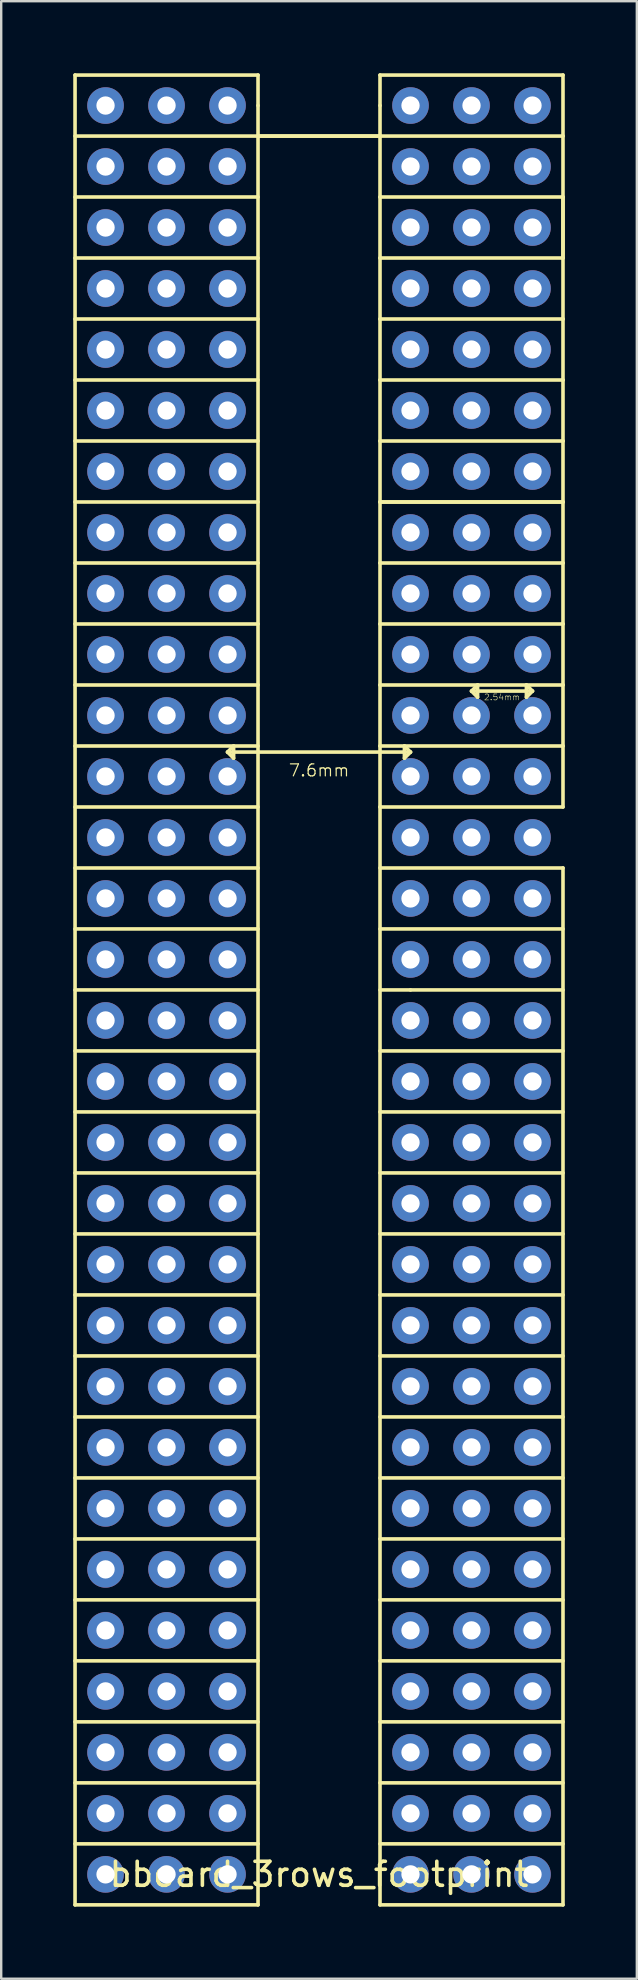
<source format=kicad_pcb>
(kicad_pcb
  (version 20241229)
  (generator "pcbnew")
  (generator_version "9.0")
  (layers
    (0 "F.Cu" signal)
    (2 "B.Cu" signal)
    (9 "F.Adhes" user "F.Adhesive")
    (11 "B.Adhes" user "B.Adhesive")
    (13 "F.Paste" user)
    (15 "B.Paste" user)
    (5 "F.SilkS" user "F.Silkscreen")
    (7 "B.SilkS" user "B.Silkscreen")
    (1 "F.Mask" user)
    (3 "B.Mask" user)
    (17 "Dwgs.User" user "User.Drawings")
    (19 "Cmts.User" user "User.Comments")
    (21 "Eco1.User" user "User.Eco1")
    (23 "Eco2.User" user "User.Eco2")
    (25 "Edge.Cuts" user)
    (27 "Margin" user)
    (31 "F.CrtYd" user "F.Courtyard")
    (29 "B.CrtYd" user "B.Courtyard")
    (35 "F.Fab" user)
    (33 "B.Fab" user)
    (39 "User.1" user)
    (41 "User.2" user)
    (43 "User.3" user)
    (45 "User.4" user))
  (footprint "bboard_3rows_footprint"
    (layer "F.Cu")
    (at 10.235 38.175)
    (property "Reference" "bboard_3rows_footprint" (at 0 36.83 0) (layer "F.SilkS") (effects (font (size 1 1) (thickness 0.15))))
    (attr through_hole)
    (fp_line (start -10.16 -38.1) (end -10.16 38.1) (stroke (width 0.15) (type solid)) (layer "F.SilkS"))
    (fp_line (start -10.16 -35.56) (end -2.54 -35.56) (stroke (width 0.15) (type solid)) (layer "F.SilkS"))
    (fp_line (start -10.16 -33.02) (end -2.54 -33.02) (stroke (width 0.15) (type solid)) (layer "F.SilkS"))
    (fp_line (start -10.16 -30.48) (end -2.54 -30.48) (stroke (width 0.15) (type solid)) (layer "F.SilkS"))
    (fp_line (start -10.16 -27.94) (end -2.54 -27.94) (stroke (width 0.15) (type solid)) (layer "F.SilkS"))
    (fp_line (start -10.16 -25.4) (end -2.54 -25.4) (stroke (width 0.15) (type solid)) (layer "F.SilkS"))
    (fp_line (start -10.16 -22.86) (end -2.54 -22.86) (stroke (width 0.15) (type solid)) (layer "F.SilkS"))
    (fp_line (start -10.16 -20.32) (end -2.54 -20.32) (stroke (width 0.15) (type solid)) (layer "F.SilkS"))
    (fp_line (start -10.16 -17.78) (end -2.54 -17.78) (stroke (width 0.15) (type solid)) (layer "F.SilkS"))
    (fp_line (start -10.16 -15.24) (end -2.54 -15.24) (stroke (width 0.15) (type solid)) (layer "F.SilkS"))
    (fp_line (start -10.16 -12.7) (end -2.54 -12.7) (stroke (width 0.15) (type solid)) (layer "F.SilkS"))
    (fp_line (start -10.16 -10.16) (end -2.54 -10.16) (stroke (width 0.15) (type solid)) (layer "F.SilkS"))
    (fp_line (start -10.16 -7.62) (end -2.54 -7.62) (stroke (width 0.15) (type solid)) (layer "F.SilkS"))
    (fp_line (start -10.16 -5.08) (end -2.54 -5.08) (stroke (width 0.15) (type solid)) (layer "F.SilkS"))
    (fp_line (start -10.16 -2.54) (end -2.54 -2.54) (stroke (width 0.15) (type solid)) (layer "F.SilkS"))
    (fp_line (start -10.16 0) (end -2.54 0) (stroke (width 0.15) (type solid)) (layer "F.SilkS"))
    (fp_line (start -10.16 2.54) (end -2.54 2.54) (stroke (width 0.15) (type solid)) (layer "F.SilkS"))
    (fp_line (start -10.16 5.08) (end -2.54 5.08) (stroke (width 0.15) (type solid)) (layer "F.SilkS"))
    (fp_line (start -10.16 7.62) (end -2.54 7.62) (stroke (width 0.15) (type solid)) (layer "F.SilkS"))
    (fp_line (start -10.16 10.16) (end -2.54 10.16) (stroke (width 0.15) (type solid)) (layer "F.SilkS"))
    (fp_line (start -10.16 12.7) (end -2.54 12.7) (stroke (width 0.15) (type solid)) (layer "F.SilkS"))
    (fp_line (start -10.16 15.24) (end -2.54 15.24) (stroke (width 0.15) (type solid)) (layer "F.SilkS"))
    (fp_line (start -10.16 17.78) (end -2.54 17.78) (stroke (width 0.15) (type solid)) (layer "F.SilkS"))
    (fp_line (start -10.16 20.32) (end -2.54 20.32) (stroke (width 0.15) (type solid)) (layer "F.SilkS"))
    (fp_line (start -10.16 22.86) (end -2.54 22.86) (stroke (width 0.15) (type solid)) (layer "F.SilkS"))
    (fp_line (start -10.16 25.4) (end -2.54 25.4) (stroke (width 0.15) (type solid)) (layer "F.SilkS"))
    (fp_line (start -10.16 27.94) (end -2.54 27.94) (stroke (width 0.15) (type solid)) (layer "F.SilkS"))
    (fp_line (start -10.16 30.48) (end -2.54 30.48) (stroke (width 0.15) (type solid)) (layer "F.SilkS"))
    (fp_line (start -10.16 33.02) (end -2.54 33.02) (stroke (width 0.15) (type solid)) (layer "F.SilkS"))
    (fp_line (start -10.16 35.56) (end -2.54 35.56) (stroke (width 0.15) (type solid)) (layer "F.SilkS"))
    (fp_line (start -10.16 38.1) (end -2.54 38.1) (stroke (width 0.15) (type solid)) (layer "F.SilkS"))
    (fp_line (start -3.81 -9.906) (end -3.556 -9.652) (stroke (width 0.15) (type solid)) (layer "F.SilkS"))
    (fp_line (start -3.81 -9.906) (end 3.81 -9.906) (stroke (width 0.15) (type solid)) (layer "F.SilkS"))
    (fp_line (start -3.556 -10.16) (end -3.81 -9.906) (stroke (width 0.15) (type solid)) (layer "F.SilkS"))
    (fp_line (start -3.556 -9.652) (end -3.556 -10.16) (stroke (width 0.15) (type solid)) (layer "F.SilkS"))
    (fp_line (start -2.54 -38.1) (end -10.16 -38.1) (stroke (width 0.15) (type solid)) (layer "F.SilkS"))
    (fp_line (start -2.54 -36.83) (end -2.54 -38.1) (stroke (width 0.15) (type solid)) (layer "F.SilkS"))
    (fp_line (start -2.54 -35.56) (end 2.54 -35.56) (stroke (width 0.15) (type solid)) (layer "F.SilkS"))
    (fp_line (start -2.54 38.1) (end -2.54 -36.83) (stroke (width 0.15) (type solid)) (layer "F.SilkS"))
    (fp_line (start 2.54 -38.1) (end 10.16 -38.1) (stroke (width 0.15) (type solid)) (layer "F.SilkS"))
    (fp_line (start 2.54 -36.83) (end 2.54 -38.1) (stroke (width 0.15) (type solid)) (layer "F.SilkS"))
    (fp_line (start 2.54 -35.56) (end -2.54 -35.56) (stroke (width 0.15) (type solid)) (layer "F.SilkS"))
    (fp_line (start 2.54 -35.56) (end 2.54 -36.83) (stroke (width 0.15) (type solid)) (layer "F.SilkS"))
    (fp_line (start 2.54 -35.56) (end 2.54 -33.02) (stroke (width 0.15) (type solid)) (layer "F.SilkS"))
    (fp_line (start 2.54 -33.02) (end 2.54 -30.48) (stroke (width 0.15) (type solid)) (layer "F.SilkS"))
    (fp_line (start 2.54 -33.02) (end 10.16 -33.02) (stroke (width 0.15) (type solid)) (layer "F.SilkS"))
    (fp_line (start 2.54 -30.48) (end 10.16 -30.48) (stroke (width 0.15) (type solid)) (layer "F.SilkS"))
    (fp_line (start 2.54 -27.94) (end 2.54 -30.48) (stroke (width 0.15) (type solid)) (layer "F.SilkS"))
    (fp_line (start 2.54 -27.94) (end 2.54 -25.4) (stroke (width 0.15) (type solid)) (layer "F.SilkS"))
    (fp_line (start 2.54 -25.4) (end 2.54 -22.86) (stroke (width 0.15) (type solid)) (layer "F.SilkS"))
    (fp_line (start 2.54 -25.4) (end 10.16 -25.4) (stroke (width 0.15) (type solid)) (layer "F.SilkS"))
    (fp_line (start 2.54 -22.86) (end 2.54 -20.32) (stroke (width 0.15) (type solid)) (layer "F.SilkS"))
    (fp_line (start 2.54 -22.86) (end 10.16 -22.86) (stroke (width 0.15) (type solid)) (layer "F.SilkS"))
    (fp_line (start 2.54 -20.32) (end 2.54 -17.78) (stroke (width 0.15) (type solid)) (layer "F.SilkS"))
    (fp_line (start 2.54 -20.32) (end 10.16 -20.32) (stroke (width 0.15) (type solid)) (layer "F.SilkS"))
    (fp_line (start 2.54 -17.78) (end 2.54 -15.24) (stroke (width 0.15) (type solid)) (layer "F.SilkS"))
    (fp_line (start 2.54 -17.78) (end 10.16 -17.78) (stroke (width 0.15) (type solid)) (layer "F.SilkS"))
    (fp_line (start 2.54 -15.24) (end 2.54 -12.7) (stroke (width 0.15) (type solid)) (layer "F.SilkS"))
    (fp_line (start 2.54 -15.24) (end 10.16 -15.24) (stroke (width 0.15) (type solid)) (layer "F.SilkS"))
    (fp_line (start 2.54 -12.7) (end 2.54 -10.16) (stroke (width 0.15) (type solid)) (layer "F.SilkS"))
    (fp_line (start 2.54 -12.7) (end 10.16 -12.7) (stroke (width 0.15) (type solid)) (layer "F.SilkS"))
    (fp_line (start 2.54 -10.16) (end 2.54 -7.62) (stroke (width 0.15) (type solid)) (layer "F.SilkS"))
    (fp_line (start 2.54 -10.16) (end 10.16 -10.16) (stroke (width 0.15) (type solid)) (layer "F.SilkS"))
    (fp_line (start 2.54 -7.62) (end 10.16 -7.62) (stroke (width 0.15) (type solid)) (layer "F.SilkS"))
    (fp_line (start 2.54 -5.08) (end 10.16 -5.08) (stroke (width 0.15) (type solid)) (layer "F.SilkS"))
    (fp_line (start 2.54 -2.54) (end 10.16 -2.54) (stroke (width 0.15) (type solid)) (layer "F.SilkS"))
    (fp_line (start 2.54 2.54) (end 10.16 2.54) (stroke (width 0.15) (type solid)) (layer "F.SilkS"))
    (fp_line (start 2.54 5.08) (end 10.16 5.08) (stroke (width 0.15) (type solid)) (layer "F.SilkS"))
    (fp_line (start 2.54 7.62) (end 10.16 7.62) (stroke (width 0.15) (type solid)) (layer "F.SilkS"))
    (fp_line (start 2.54 10.16) (end 10.16 10.16) (stroke (width 0.15) (type solid)) (layer "F.SilkS"))
    (fp_line (start 2.54 12.7) (end 10.16 12.7) (stroke (width 0.15) (type solid)) (layer "F.SilkS"))
    (fp_line (start 2.54 15.24) (end 10.16 15.24) (stroke (width 0.15) (type solid)) (layer "F.SilkS"))
    (fp_line (start 2.54 17.78) (end 10.16 17.78) (stroke (width 0.15) (type solid)) (layer "F.SilkS"))
    (fp_line (start 2.54 20.32) (end 10.16 20.32) (stroke (width 0.15) (type solid)) (layer "F.SilkS"))
    (fp_line (start 2.54 22.86) (end 10.16 22.86) (stroke (width 0.15) (type solid)) (layer "F.SilkS"))
    (fp_line (start 2.54 25.4) (end 10.16 25.4) (stroke (width 0.15) (type solid)) (layer "F.SilkS"))
    (fp_line (start 2.54 27.94) (end 10.16 27.94) (stroke (width 0.15) (type solid)) (layer "F.SilkS"))
    (fp_line (start 2.54 30.48) (end 10.16 30.48) (stroke (width 0.15) (type solid)) (layer "F.SilkS"))
    (fp_line (start 2.54 33.02) (end 10.16 33.02) (stroke (width 0.15) (type solid)) (layer "F.SilkS"))
    (fp_line (start 2.54 35.56) (end 10.16 35.56) (stroke (width 0.15) (type solid)) (layer "F.SilkS"))
    (fp_line (start 2.54 38.1) (end 2.54 -7.62) (stroke (width 0.15) (type solid)) (layer "F.SilkS"))
    (fp_line (start 3.556 -10.16) (end 3.556 -9.906) (stroke (width 0.15) (type solid)) (layer "F.SilkS"))
    (fp_line (start 3.556 -9.906) (end 3.556 -9.652) (stroke (width 0.15) (type solid)) (layer "F.SilkS"))
    (fp_line (start 3.556 -9.652) (end 3.81 -9.906) (stroke (width 0.15) (type solid)) (layer "F.SilkS"))
    (fp_line (start 3.81 -9.906) (end 3.556 -10.16) (stroke (width 0.15) (type solid)) (layer "F.SilkS"))
    (fp_line (start 3.81 0) (end 2.54 0) (stroke (width 0.15) (type solid)) (layer "F.SilkS"))
    (fp_line (start 3.81 0) (end 10.16 0) (stroke (width 0.15) (type solid)) (layer "F.SilkS"))
    (fp_line (start 6.35 -12.446) (end 6.604 -12.7) (stroke (width 0.15) (type solid)) (layer "F.SilkS"))
    (fp_line (start 6.35 -12.446) (end 8.89 -12.446) (stroke (width 0.15) (type solid)) (layer "F.SilkS"))
    (fp_line (start 6.604 -12.7) (end 6.604 -12.192) (stroke (width 0.15) (type solid)) (layer "F.SilkS"))
    (fp_line (start 6.604 -12.192) (end 6.35 -12.446) (stroke (width 0.15) (type solid)) (layer "F.SilkS"))
    (fp_line (start 8.636 -12.7) (end 8.636 -12.192) (stroke (width 0.15) (type solid)) (layer "F.SilkS"))
    (fp_line (start 8.636 -12.192) (end 8.89 -12.446) (stroke (width 0.15) (type solid)) (layer "F.SilkS"))
    (fp_line (start 8.89 -12.446) (end 8.636 -12.7) (stroke (width 0.15) (type solid)) (layer "F.SilkS"))
    (fp_line (start 10.16 -38.1) (end 10.16 -35.56) (stroke (width 0.15) (type solid)) (layer "F.SilkS"))
    (fp_line (start 10.16 -35.56) (end 2.54 -35.56) (stroke (width 0.15) (type solid)) (layer "F.SilkS"))
    (fp_line (start 10.16 -33.02) (end 10.16 -35.56) (stroke (width 0.15) (type solid)) (layer "F.SilkS"))
    (fp_line (start 10.16 -33.02) (end 10.16 -27.94) (stroke (width 0.15) (type solid)) (layer "F.SilkS"))
    (fp_line (start 10.16 -30.48) (end 10.16 -33.02) (stroke (width 0.15) (type solid)) (layer "F.SilkS"))
    (fp_line (start 10.16 -27.94) (end 2.54 -27.94) (stroke (width 0.15) (type solid)) (layer "F.SilkS"))
    (fp_line (start 10.16 -25.4) (end 10.16 -27.94) (stroke (width 0.15) (type solid)) (layer "F.SilkS"))
    (fp_line (start 10.16 -22.86) (end 10.16 -25.4) (stroke (width 0.15) (type solid)) (layer "F.SilkS"))
    (fp_line (start 10.16 -20.32) (end 2.54 -20.32) (stroke (width 0.15) (type solid)) (layer "F.SilkS"))
    (fp_line (start 10.16 -20.32) (end 10.16 -22.86) (stroke (width 0.15) (type solid)) (layer "F.SilkS"))
    (fp_line (start 10.16 -17.78) (end 10.16 -20.32) (stroke (width 0.15) (type solid)) (layer "F.SilkS"))
    (fp_line (start 10.16 -15.24) (end 10.16 -17.78) (stroke (width 0.15) (type solid)) (layer "F.SilkS"))
    (fp_line (start 10.16 -12.7) (end 10.16 -15.24) (stroke (width 0.15) (type solid)) (layer "F.SilkS"))
    (fp_line (start 10.16 -10.16) (end 10.16 -12.7) (stroke (width 0.15) (type solid)) (layer "F.SilkS"))
    (fp_line (start 10.16 -7.62) (end 10.16 -10.16) (stroke (width 0.15) (type solid)) (layer "F.SilkS"))
    (fp_line (start 10.16 -5.08) (end 10.16 38.1) (stroke (width 0.15) (type solid)) (layer "F.SilkS"))
    (fp_line (start 10.16 38.1) (end 2.54 38.1) (stroke (width 0.15) (type solid)) (layer "F.SilkS"))
    (fp_text user "7.6mm" (at 0 -9.144 0) (layer "F.SilkS") (effects (font (size 0.5 0.5) (thickness 0.05))))
    (fp_text user "2.54mm" (at 7.62 -12.192 0) (layer "F.SilkS") (effects (font (size 0.25 0.25) (thickness 0.02))))
    (pad "1" thru_hole circle (at 3.81 -36.83) (size 1.524 1.524) (drill 0.762) (layers "*.Cu" "*.Mask"))
    (pad "2" thru_hole circle (at 6.35 -36.83) (size 1.524 1.524) (drill 0.762) (layers "*.Cu" "*.Mask"))
    (pad "3" thru_hole circle (at 8.89 -36.83) (size 1.524 1.524) (drill 0.762) (layers "*.Cu" "*.Mask"))
    (pad "4" thru_hole circle (at 3.81 -34.29) (size 1.524 1.524) (drill 0.762) (layers "*.Cu" "*.Mask"))
    (pad "5" thru_hole circle (at 6.35 -34.29) (size 1.524 1.524) (drill 0.762) (layers "*.Cu" "*.Mask"))
    (pad "6" thru_hole circle (at 8.89 -34.29) (size 1.524 1.524) (drill 0.762) (layers "*.Cu" "*.Mask"))
    (pad "7" thru_hole circle (at 3.81 -31.75) (size 1.524 1.524) (drill 0.762) (layers "*.Cu" "*.Mask"))
    (pad "8" thru_hole circle (at 6.35 -31.75) (size 1.524 1.524) (drill 0.762) (layers "*.Cu" "*.Mask"))
    (pad "9" thru_hole circle (at 8.89 -31.75) (size 1.524 1.524) (drill 0.762) (layers "*.Cu" "*.Mask"))
    (pad "10" thru_hole circle (at 3.81 -29.21) (size 1.524 1.524) (drill 0.762) (layers "*.Cu" "*.Mask"))
    (pad "11" thru_hole circle (at 6.35 -29.21) (size 1.524 1.524) (drill 0.762) (layers "*.Cu" "*.Mask"))
    (pad "12" thru_hole circle (at 8.89 -29.21) (size 1.524 1.524) (drill 0.762) (layers "*.Cu" "*.Mask"))
    (pad "13" thru_hole circle (at 3.81 -26.67) (size 1.524 1.524) (drill 0.762) (layers "*.Cu" "*.Mask"))
    (pad "14" thru_hole circle (at 6.35 -26.67) (size 1.524 1.524) (drill 0.762) (layers "*.Cu" "*.Mask"))
    (pad "15" thru_hole circle (at 8.89 -26.67) (size 1.524 1.524) (drill 0.762) (layers "*.Cu" "*.Mask"))
    (pad "16" thru_hole circle (at 3.81 -24.13) (size 1.524 1.524) (drill 0.762) (layers "*.Cu" "*.Mask"))
    (pad "17" thru_hole circle (at 6.35 -24.13) (size 1.524 1.524) (drill 0.762) (layers "*.Cu" "*.Mask"))
    (pad "18" thru_hole circle (at 8.89 -24.13) (size 1.524 1.524) (drill 0.762) (layers "*.Cu" "*.Mask"))
    (pad "19" thru_hole circle (at 3.81 -21.59) (size 1.524 1.524) (drill 0.762) (layers "*.Cu" "*.Mask"))
    (pad "20" thru_hole circle (at 6.35 -21.59) (size 1.524 1.524) (drill 0.762) (layers "*.Cu" "*.Mask"))
    (pad "21" thru_hole circle (at 8.89 -21.59) (size 1.524 1.524) (drill 0.762) (layers "*.Cu" "*.Mask"))
    (pad "22" thru_hole circle (at 3.81 -19.05) (size 1.524 1.524) (drill 0.762) (layers "*.Cu" "*.Mask"))
    (pad "23" thru_hole circle (at 6.35 -19.05) (size 1.524 1.524) (drill 0.762) (layers "*.Cu" "*.Mask"))
    (pad "24" thru_hole circle (at 8.89 -19.05) (size 1.524 1.524) (drill 0.762) (layers "*.Cu" "*.Mask"))
    (pad "25" thru_hole circle (at 3.81 -16.51) (size 1.524 1.524) (drill 0.762) (layers "*.Cu" "*.Mask"))
    (pad "26" thru_hole circle (at 6.35 -16.51) (size 1.524 1.524) (drill 0.762) (layers "*.Cu" "*.Mask"))
    (pad "27" thru_hole circle (at 8.89 -16.51) (size 1.524 1.524) (drill 0.762) (layers "*.Cu" "*.Mask"))
    (pad "28" thru_hole circle (at 3.81 -13.97) (size 1.524 1.524) (drill 0.762) (layers "*.Cu" "*.Mask"))
    (pad "29" thru_hole circle (at 6.35 -13.97) (size 1.524 1.524) (drill 0.762) (layers "*.Cu" "*.Mask"))
    (pad "30" thru_hole circle (at 8.89 -13.97) (size 1.524 1.524) (drill 0.762) (layers "*.Cu" "*.Mask"))
    (pad "31" thru_hole circle (at 3.81 -11.43) (size 1.524 1.524) (drill 0.762) (layers "*.Cu" "*.Mask"))
    (pad "32" thru_hole circle (at 6.35 -11.43) (size 1.524 1.524) (drill 0.762) (layers "*.Cu" "*.Mask"))
    (pad "33" thru_hole circle (at 8.89 -11.43) (size 1.524 1.524) (drill 0.762) (layers "*.Cu" "*.Mask"))
    (pad "34" thru_hole circle (at 3.81 -8.89) (size 1.524 1.524) (drill 0.762) (layers "*.Cu" "*.Mask"))
    (pad "35" thru_hole circle (at 6.35 -8.89) (size 1.524 1.524) (drill 0.762) (layers "*.Cu" "*.Mask"))
    (pad "36" thru_hole circle (at 8.89 -8.89) (size 1.524 1.524) (drill 0.762) (layers "*.Cu" "*.Mask"))
    (pad "37" thru_hole circle (at 3.81 -6.35) (size 1.524 1.524) (drill 0.762) (layers "*.Cu" "*.Mask"))
    (pad "38" thru_hole circle (at 6.35 -6.35) (size 1.524 1.524) (drill 0.762) (layers "*.Cu" "*.Mask"))
    (pad "39" thru_hole circle (at 8.89 -6.35) (size 1.524 1.524) (drill 0.762) (layers "*.Cu" "*.Mask"))
    (pad "40" thru_hole circle (at 3.81 -3.81) (size 1.524 1.524) (drill 0.762) (layers "*.Cu" "*.Mask"))
    (pad "41" thru_hole circle (at 6.35 -3.81) (size 1.524 1.524) (drill 0.762) (layers "*.Cu" "*.Mask"))
    (pad "42" thru_hole circle (at 8.89 -3.81) (size 1.524 1.524) (drill 0.762) (layers "*.Cu" "*.Mask"))
    (pad "43" thru_hole circle (at 3.81 -1.27) (size 1.524 1.524) (drill 0.762) (layers "*.Cu" "*.Mask"))
    (pad "44" thru_hole circle (at 6.35 -1.27) (size 1.524 1.524) (drill 0.762) (layers "*.Cu" "*.Mask"))
    (pad "45" thru_hole circle (at 8.89 -1.27) (size 1.524 1.524) (drill 0.762) (layers "*.Cu" "*.Mask"))
    (pad "46" thru_hole circle (at 3.81 1.27) (size 1.524 1.524) (drill 0.762) (layers "*.Cu" "*.Mask"))
    (pad "47" thru_hole circle (at 6.35 1.27) (size 1.524 1.524) (drill 0.762) (layers "*.Cu" "*.Mask"))
    (pad "48" thru_hole circle (at 8.89 1.27) (size 1.524 1.524) (drill 0.762) (layers "*.Cu" "*.Mask"))
    (pad "49" thru_hole circle (at 3.81 3.81) (size 1.524 1.524) (drill 0.762) (layers "*.Cu" "*.Mask"))
    (pad "50" thru_hole circle (at 6.35 3.81) (size 1.524 1.524) (drill 0.762) (layers "*.Cu" "*.Mask"))
    (pad "51" thru_hole circle (at 8.89 3.81) (size 1.524 1.524) (drill 0.762) (layers "*.Cu" "*.Mask"))
    (pad "52" thru_hole circle (at 3.81 6.35) (size 1.524 1.524) (drill 0.762) (layers "*.Cu" "*.Mask"))
    (pad "53" thru_hole circle (at 6.35 6.35) (size 1.524 1.524) (drill 0.762) (layers "*.Cu" "*.Mask"))
    (pad "54" thru_hole circle (at 8.89 6.35) (size 1.524 1.524) (drill 0.762) (layers "*.Cu" "*.Mask"))
    (pad "55" thru_hole circle (at 3.81 8.89) (size 1.524 1.524) (drill 0.762) (layers "*.Cu" "*.Mask"))
    (pad "56" thru_hole circle (at 6.35 8.89) (size 1.524 1.524) (drill 0.762) (layers "*.Cu" "*.Mask"))
    (pad "57" thru_hole circle (at 8.89 8.89) (size 1.524 1.524) (drill 0.762) (layers "*.Cu" "*.Mask"))
    (pad "58" thru_hole circle (at 3.81 11.43) (size 1.524 1.524) (drill 0.762) (layers "*.Cu" "*.Mask"))
    (pad "59" thru_hole circle (at 6.35 11.43) (size 1.524 1.524) (drill 0.762) (layers "*.Cu" "*.Mask"))
    (pad "60" thru_hole circle (at 8.89 11.43) (size 1.524 1.524) (drill 0.762) (layers "*.Cu" "*.Mask"))
    (pad "61" thru_hole circle (at 3.81 13.97) (size 1.524 1.524) (drill 0.762) (layers "*.Cu" "*.Mask"))
    (pad "62" thru_hole circle (at 6.35 13.97) (size 1.524 1.524) (drill 0.762) (layers "*.Cu" "*.Mask"))
    (pad "63" thru_hole circle (at 8.89 13.97) (size 1.524 1.524) (drill 0.762) (layers "*.Cu" "*.Mask"))
    (pad "64" thru_hole circle (at 3.81 16.51) (size 1.524 1.524) (drill 0.762) (layers "*.Cu" "*.Mask"))
    (pad "65" thru_hole circle (at 6.35 16.51) (size 1.524 1.524) (drill 0.762) (layers "*.Cu" "*.Mask"))
    (pad "66" thru_hole circle (at 8.89 16.51) (size 1.524 1.524) (drill 0.762) (layers "*.Cu" "*.Mask"))
    (pad "67" thru_hole circle (at 3.81 19.05) (size 1.524 1.524) (drill 0.762) (layers "*.Cu" "*.Mask"))
    (pad "68" thru_hole circle (at 6.35 19.05) (size 1.524 1.524) (drill 0.762) (layers "*.Cu" "*.Mask"))
    (pad "69" thru_hole circle (at 8.89 19.05) (size 1.524 1.524) (drill 0.762) (layers "*.Cu" "*.Mask"))
    (pad "70" thru_hole circle (at 3.81 21.59) (size 1.524 1.524) (drill 0.762) (layers "*.Cu" "*.Mask"))
    (pad "71" thru_hole circle (at 6.35 21.59) (size 1.524 1.524) (drill 0.762) (layers "*.Cu" "*.Mask"))
    (pad "72" thru_hole circle (at 8.89 21.59) (size 1.524 1.524) (drill 0.762) (layers "*.Cu" "*.Mask"))
    (pad "73" thru_hole circle (at 3.81 24.13) (size 1.524 1.524) (drill 0.762) (layers "*.Cu" "*.Mask"))
    (pad "74" thru_hole circle (at 6.35 24.13) (size 1.524 1.524) (drill 0.762) (layers "*.Cu" "*.Mask"))
    (pad "75" thru_hole circle (at 8.89 24.13) (size 1.524 1.524) (drill 0.762) (layers "*.Cu" "*.Mask"))
    (pad "76" thru_hole circle (at 3.81 26.67) (size 1.524 1.524) (drill 0.762) (layers "*.Cu" "*.Mask"))
    (pad "77" thru_hole circle (at 6.35 26.67) (size 1.524 1.524) (drill 0.762) (layers "*.Cu" "*.Mask"))
    (pad "78" thru_hole circle (at 8.89 26.67) (size 1.524 1.524) (drill 0.762) (layers "*.Cu" "*.Mask"))
    (pad "79" thru_hole circle (at 3.81 29.21) (size 1.524 1.524) (drill 0.762) (layers "*.Cu" "*.Mask"))
    (pad "80" thru_hole circle (at 6.35 29.21) (size 1.524 1.524) (drill 0.762) (layers "*.Cu" "*.Mask"))
    (pad "81" thru_hole circle (at 8.89 29.21) (size 1.524 1.524) (drill 0.762) (layers "*.Cu" "*.Mask"))
    (pad "82" thru_hole circle (at 3.81 31.75) (size 1.524 1.524) (drill 0.762) (layers "*.Cu" "*.Mask"))
    (pad "83" thru_hole circle (at 6.35 31.75) (size 1.524 1.524) (drill 0.762) (layers "*.Cu" "*.Mask"))
    (pad "84" thru_hole circle (at 8.89 31.75) (size 1.524 1.524) (drill 0.762) (layers "*.Cu" "*.Mask"))
    (pad "85" thru_hole circle (at 3.81 34.29) (size 1.524 1.524) (drill 0.762) (layers "*.Cu" "*.Mask"))
    (pad "86" thru_hole circle (at 6.35 34.29) (size 1.524 1.524) (drill 0.762) (layers "*.Cu" "*.Mask"))
    (pad "87" thru_hole circle (at 8.89 34.29) (size 1.524 1.524) (drill 0.762) (layers "*.Cu" "*.Mask"))
    (pad "88" thru_hole circle (at 3.81 36.83) (size 1.524 1.524) (drill 0.762) (layers "*.Cu" "*.Mask"))
    (pad "89" thru_hole circle (at 6.35 36.83) (size 1.524 1.524) (drill 0.762) (layers "*.Cu" "*.Mask"))
    (pad "90" thru_hole circle (at 8.89 36.83) (size 1.524 1.524) (drill 0.762) (layers "*.Cu" "*.Mask"))
    (pad "91" thru_hole circle (at -3.81 -36.83) (size 1.524 1.524) (drill 0.762) (layers "*.Cu" "*.Mask"))
    (pad "92" thru_hole circle (at -6.35 -36.83) (size 1.524 1.524) (drill 0.762) (layers "*.Cu" "*.Mask"))
    (pad "93" thru_hole circle (at -8.89 -36.83) (size 1.524 1.524) (drill 0.762) (layers "*.Cu" "*.Mask"))
    (pad "94" thru_hole circle (at -3.81 -34.29) (size 1.524 1.524) (drill 0.762) (layers "*.Cu" "*.Mask"))
    (pad "95" thru_hole circle (at -6.35 -34.29) (size 1.524 1.524) (drill 0.762) (layers "*.Cu" "*.Mask"))
    (pad "96" thru_hole circle (at -8.89 -34.29) (size 1.524 1.524) (drill 0.762) (layers "*.Cu" "*.Mask"))
    (pad "97" thru_hole circle (at -3.81 -31.75) (size 1.524 1.524) (drill 0.762) (layers "*.Cu" "*.Mask"))
    (pad "98" thru_hole circle (at -6.35 -31.75) (size 1.524 1.524) (drill 0.762) (layers "*.Cu" "*.Mask"))
    (pad "99" thru_hole circle (at -8.89 -31.75) (size 1.524 1.524) (drill 0.762) (layers "*.Cu" "*.Mask"))
    (pad "100" thru_hole circle (at -3.81 -29.21) (size 1.524 1.524) (drill 0.762) (layers "*.Cu" "*.Mask"))
    (pad "101" thru_hole circle (at -6.35 -29.21) (size 1.524 1.524) (drill 0.762) (layers "*.Cu" "*.Mask"))
    (pad "102" thru_hole circle (at -8.89 -29.21) (size 1.524 1.524) (drill 0.762) (layers "*.Cu" "*.Mask"))
    (pad "103" thru_hole circle (at -3.81 -26.67) (size 1.524 1.524) (drill 0.762) (layers "*.Cu" "*.Mask"))
    (pad "104" thru_hole circle (at -6.35 -26.67) (size 1.524 1.524) (drill 0.762) (layers "*.Cu" "*.Mask"))
    (pad "105" thru_hole circle (at -8.89 -26.67) (size 1.524 1.524) (drill 0.762) (layers "*.Cu" "*.Mask"))
    (pad "106" thru_hole circle (at -3.81 -24.13) (size 1.524 1.524) (drill 0.762) (layers "*.Cu" "*.Mask"))
    (pad "107" thru_hole circle (at -6.35 -24.13) (size 1.524 1.524) (drill 0.762) (layers "*.Cu" "*.Mask"))
    (pad "108" thru_hole circle (at -8.89 -24.13) (size 1.524 1.524) (drill 0.762) (layers "*.Cu" "*.Mask"))
    (pad "109" thru_hole circle (at -3.81 -21.59) (size 1.524 1.524) (drill 0.762) (layers "*.Cu" "*.Mask"))
    (pad "110" thru_hole circle (at -6.35 -21.59) (size 1.524 1.524) (drill 0.762) (layers "*.Cu" "*.Mask"))
    (pad "111" thru_hole circle (at -8.89 -21.59) (size 1.524 1.524) (drill 0.762) (layers "*.Cu" "*.Mask"))
    (pad "112" thru_hole circle (at -3.81 -19.05) (size 1.524 1.524) (drill 0.762) (layers "*.Cu" "*.Mask"))
    (pad "113" thru_hole circle (at -6.35 -19.05) (size 1.524 1.524) (drill 0.762) (layers "*.Cu" "*.Mask"))
    (pad "114" thru_hole circle (at -8.89 -19.05) (size 1.524 1.524) (drill 0.762) (layers "*.Cu" "*.Mask"))
    (pad "115" thru_hole circle (at -3.81 -16.51) (size 1.524 1.524) (drill 0.762) (layers "*.Cu" "*.Mask"))
    (pad "116" thru_hole circle (at -6.35 -16.51) (size 1.524 1.524) (drill 0.762) (layers "*.Cu" "*.Mask"))
    (pad "117" thru_hole circle (at -8.89 -16.51) (size 1.524 1.524) (drill 0.762) (layers "*.Cu" "*.Mask"))
    (pad "118" thru_hole circle (at -3.81 -13.97) (size 1.524 1.524) (drill 0.762) (layers "*.Cu" "*.Mask"))
    (pad "119" thru_hole circle (at -6.35 -13.97) (size 1.524 1.524) (drill 0.762) (layers "*.Cu" "*.Mask"))
    (pad "120" thru_hole circle (at -8.89 -13.97) (size 1.524 1.524) (drill 0.762) (layers "*.Cu" "*.Mask"))
    (pad "121" thru_hole circle (at -3.81 -11.43) (size 1.524 1.524) (drill 0.762) (layers "*.Cu" "*.Mask"))
    (pad "122" thru_hole circle (at -6.35 -11.43) (size 1.524 1.524) (drill 0.762) (layers "*.Cu" "*.Mask"))
    (pad "123" thru_hole circle (at -8.89 -11.43) (size 1.524 1.524) (drill 0.762) (layers "*.Cu" "*.Mask"))
    (pad "124" thru_hole circle (at -3.81 -8.89) (size 1.524 1.524) (drill 0.762) (layers "*.Cu" "*.Mask"))
    (pad "125" thru_hole circle (at -6.35 -8.89) (size 1.524 1.524) (drill 0.762) (layers "*.Cu" "*.Mask"))
    (pad "126" thru_hole circle (at -8.89 -8.89) (size 1.524 1.524) (drill 0.762) (layers "*.Cu" "*.Mask"))
    (pad "127" thru_hole circle (at -3.81 -6.35) (size 1.524 1.524) (drill 0.762) (layers "*.Cu" "*.Mask"))
    (pad "128" thru_hole circle (at -6.35 -6.35) (size 1.524 1.524) (drill 0.762) (layers "*.Cu" "*.Mask"))
    (pad "129" thru_hole circle (at -8.89 -6.35) (size 1.524 1.524) (drill 0.762) (layers "*.Cu" "*.Mask"))
    (pad "130" thru_hole circle (at -3.81 -3.81) (size 1.524 1.524) (drill 0.762) (layers "*.Cu" "*.Mask"))
    (pad "131" thru_hole circle (at -6.35 -3.81) (size 1.524 1.524) (drill 0.762) (layers "*.Cu" "*.Mask"))
    (pad "132" thru_hole circle (at -8.89 -3.81) (size 1.524 1.524) (drill 0.762) (layers "*.Cu" "*.Mask"))
    (pad "133" thru_hole circle (at -3.81 -1.27) (size 1.524 1.524) (drill 0.762) (layers "*.Cu" "*.Mask"))
    (pad "134" thru_hole circle (at -6.35 -1.27) (size 1.524 1.524) (drill 0.762) (layers "*.Cu" "*.Mask"))
    (pad "135" thru_hole circle (at -8.89 -1.27) (size 1.524 1.524) (drill 0.762) (layers "*.Cu" "*.Mask"))
    (pad "136" thru_hole circle (at -3.81 1.27) (size 1.524 1.524) (drill 0.762) (layers "*.Cu" "*.Mask"))
    (pad "137" thru_hole circle (at -6.35 1.27) (size 1.524 1.524) (drill 0.762) (layers "*.Cu" "*.Mask"))
    (pad "138" thru_hole circle (at -8.89 1.27) (size 1.524 1.524) (drill 0.762) (layers "*.Cu" "*.Mask"))
    (pad "139" thru_hole circle (at -3.81 3.81) (size 1.524 1.524) (drill 0.762) (layers "*.Cu" "*.Mask"))
    (pad "140" thru_hole circle (at -6.35 3.81) (size 1.524 1.524) (drill 0.762) (layers "*.Cu" "*.Mask"))
    (pad "141" thru_hole circle (at -8.89 3.81) (size 1.524 1.524) (drill 0.762) (layers "*.Cu" "*.Mask"))
    (pad "142" thru_hole circle (at -3.81 6.35) (size 1.524 1.524) (drill 0.762) (layers "*.Cu" "*.Mask"))
    (pad "143" thru_hole circle (at -6.35 6.35) (size 1.524 1.524) (drill 0.762) (layers "*.Cu" "*.Mask"))
    (pad "144" thru_hole circle (at -8.89 6.35) (size 1.524 1.524) (drill 0.762) (layers "*.Cu" "*.Mask"))
    (pad "145" thru_hole circle (at -3.81 8.89) (size 1.524 1.524) (drill 0.762) (layers "*.Cu" "*.Mask"))
    (pad "146" thru_hole circle (at -6.35 8.89) (size 1.524 1.524) (drill 0.762) (layers "*.Cu" "*.Mask"))
    (pad "147" thru_hole circle (at -8.89 8.89) (size 1.524 1.524) (drill 0.762) (layers "*.Cu" "*.Mask"))
    (pad "148" thru_hole circle (at -3.81 11.43) (size 1.524 1.524) (drill 0.762) (layers "*.Cu" "*.Mask"))
    (pad "149" thru_hole circle (at -6.35 11.43) (size 1.524 1.524) (drill 0.762) (layers "*.Cu" "*.Mask"))
    (pad "150" thru_hole circle (at -8.89 11.43) (size 1.524 1.524) (drill 0.762) (layers "*.Cu" "*.Mask"))
    (pad "151" thru_hole circle (at -3.81 13.97) (size 1.524 1.524) (drill 0.762) (layers "*.Cu" "*.Mask"))
    (pad "152" thru_hole circle (at -6.35 13.97) (size 1.524 1.524) (drill 0.762) (layers "*.Cu" "*.Mask"))
    (pad "153" thru_hole circle (at -8.89 13.97) (size 1.524 1.524) (drill 0.762) (layers "*.Cu" "*.Mask"))
    (pad "154" thru_hole circle (at -3.81 16.51) (size 1.524 1.524) (drill 0.762) (layers "*.Cu" "*.Mask"))
    (pad "155" thru_hole circle (at -6.35 16.51) (size 1.524 1.524) (drill 0.762) (layers "*.Cu" "*.Mask"))
    (pad "156" thru_hole circle (at -8.89 16.51) (size 1.524 1.524) (drill 0.762) (layers "*.Cu" "*.Mask"))
    (pad "157" thru_hole circle (at -3.81 19.05) (size 1.524 1.524) (drill 0.762) (layers "*.Cu" "*.Mask"))
    (pad "158" thru_hole circle (at -6.35 19.05) (size 1.524 1.524) (drill 0.762) (layers "*.Cu" "*.Mask"))
    (pad "159" thru_hole circle (at -8.89 19.05) (size 1.524 1.524) (drill 0.762) (layers "*.Cu" "*.Mask"))
    (pad "160" thru_hole circle (at -3.81 21.59) (size 1.524 1.524) (drill 0.762) (layers "*.Cu" "*.Mask"))
    (pad "161" thru_hole circle (at -6.35 21.59) (size 1.524 1.524) (drill 0.762) (layers "*.Cu" "*.Mask"))
    (pad "162" thru_hole circle (at -8.89 21.59) (size 1.524 1.524) (drill 0.762) (layers "*.Cu" "*.Mask"))
    (pad "163" thru_hole circle (at -3.81 24.13) (size 1.524 1.524) (drill 0.762) (layers "*.Cu" "*.Mask"))
    (pad "164" thru_hole circle (at -6.35 24.13) (size 1.524 1.524) (drill 0.762) (layers "*.Cu" "*.Mask"))
    (pad "165" thru_hole circle (at -8.89 24.13) (size 1.524 1.524) (drill 0.762) (layers "*.Cu" "*.Mask"))
    (pad "166" thru_hole circle (at -3.81 26.67) (size 1.524 1.524) (drill 0.762) (layers "*.Cu" "*.Mask"))
    (pad "167" thru_hole circle (at -6.35 26.67) (size 1.524 1.524) (drill 0.762) (layers "*.Cu" "*.Mask"))
    (pad "168" thru_hole circle (at -8.89 26.67) (size 1.524 1.524) (drill 0.762) (layers "*.Cu" "*.Mask"))
    (pad "169" thru_hole circle (at -3.81 29.21) (size 1.524 1.524) (drill 0.762) (layers "*.Cu" "*.Mask"))
    (pad "170" thru_hole circle (at -6.35 29.21) (size 1.524 1.524) (drill 0.762) (layers "*.Cu" "*.Mask"))
    (pad "171" thru_hole circle (at -8.89 29.21) (size 1.524 1.524) (drill 0.762) (layers "*.Cu" "*.Mask"))
    (pad "172" thru_hole circle (at -3.81 31.75) (size 1.524 1.524) (drill 0.762) (layers "*.Cu" "*.Mask"))
    (pad "173" thru_hole circle (at -6.35 31.75) (size 1.524 1.524) (drill 0.762) (layers "*.Cu" "*.Mask"))
    (pad "174" thru_hole circle (at -8.89 31.75) (size 1.524 1.524) (drill 0.762) (layers "*.Cu" "*.Mask"))
    (pad "175" thru_hole circle (at -3.81 34.29) (size 1.524 1.524) (drill 0.762) (layers "*.Cu" "*.Mask"))
    (pad "176" thru_hole circle (at -6.35 34.29) (size 1.524 1.524) (drill 0.762) (layers "*.Cu" "*.Mask"))
    (pad "177" thru_hole circle (at -8.89 34.29) (size 1.524 1.524) (drill 0.762) (layers "*.Cu" "*.Mask"))
    (pad "178" thru_hole circle (at -3.81 36.83) (size 1.524 1.524) (drill 0.762) (layers "*.Cu" "*.Mask"))
    (pad "179" thru_hole circle (at -6.35 36.83) (size 1.524 1.524) (drill 0.762) (layers "*.Cu" "*.Mask"))
    (pad "180" thru_hole circle (at -8.89 36.83) (size 1.524 1.524) (drill 0.762) (layers "*.Cu" "*.Mask")))
  (gr_rect
    (start -3 -3)
    (end 23.47 79.35)
    (stroke (width 0.1) (type default))
    (fill no)
    (layer "Edge.Cuts")))
</source>
